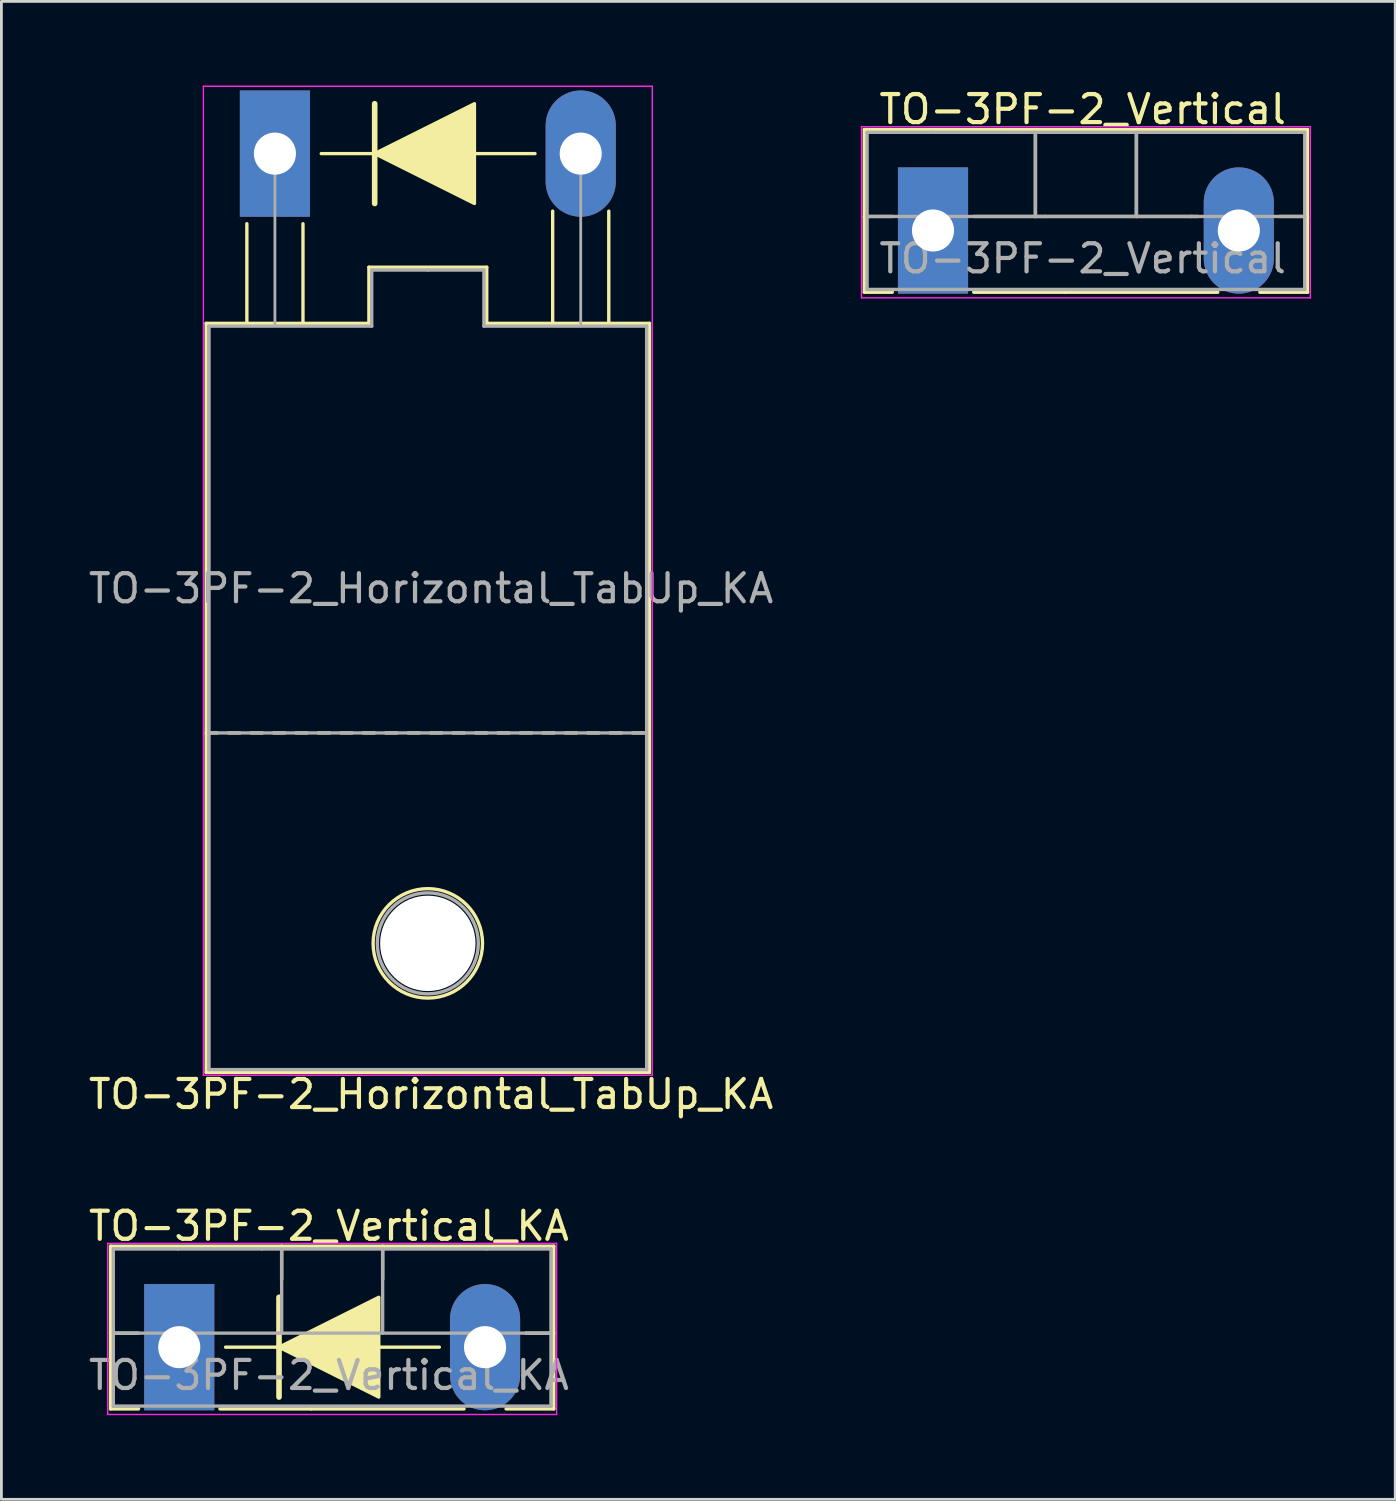
<source format=kicad_pcb>
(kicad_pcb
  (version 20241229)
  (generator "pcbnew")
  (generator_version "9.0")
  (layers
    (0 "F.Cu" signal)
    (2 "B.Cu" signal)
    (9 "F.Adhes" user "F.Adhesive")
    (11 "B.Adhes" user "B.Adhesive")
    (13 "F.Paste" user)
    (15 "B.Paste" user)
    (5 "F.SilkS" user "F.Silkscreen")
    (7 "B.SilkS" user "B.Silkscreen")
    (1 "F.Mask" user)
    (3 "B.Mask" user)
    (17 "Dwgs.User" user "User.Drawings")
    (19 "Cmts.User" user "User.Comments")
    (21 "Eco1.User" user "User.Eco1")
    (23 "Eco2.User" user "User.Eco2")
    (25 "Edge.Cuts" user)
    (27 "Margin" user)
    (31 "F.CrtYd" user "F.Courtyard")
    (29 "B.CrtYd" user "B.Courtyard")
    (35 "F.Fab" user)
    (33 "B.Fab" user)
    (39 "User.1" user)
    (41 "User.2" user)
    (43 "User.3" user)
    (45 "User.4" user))
  (footprint "TO-3PF-2_Vertical_KA"
    (layer "F.Cu")
    (at 3.339 44.968)
    (property "Reference" "TO-3PF-2_Vertical_KA" (at 5.334 -4.318 0) (layer "F.SilkS") (effects (font (size 1 1) (thickness 0.15))))
    (attr through_hole)
    (fp_line (start -2.45 -3.6) (end -2.45 2.2) (stroke (width 0.12) (type solid)) (layer "F.SilkS"))
    (fp_line (start -2.45 2.2) (end -1.45 2.2) (stroke (width 0.12) (type solid)) (layer "F.SilkS"))
    (fp_line (start -1.45 -0.5) (end -2.45 -0.5) (stroke (width 0.12) (type solid)) (layer "F.SilkS"))
    (fp_line (start 1.45 2.2) (end 4.7 2.2) (stroke (width 0.12) (type solid)) (layer "F.SilkS"))
    (fp_line (start 1.651 0) (end 9.271 0) (stroke (width 0.12) (type default)) (layer "F.SilkS"))
    (fp_line (start 3.556 -1.778) (end 3.556 0) (stroke (width 0.2) (type default)) (layer "F.SilkS"))
    (fp_line (start 3.556 1.778) (end 3.556 0) (stroke (width 0.2) (type default)) (layer "F.SilkS"))
    (fp_line (start 3.65 -3.6) (end 3.65 -2.413) (stroke (width 0.12) (type solid)) (layer "F.SilkS"))
    (fp_line (start 4.7 2.2) (end 10.15 2.2) (stroke (width 0.12) (type solid)) (layer "F.SilkS"))
    (fp_line (start 7.25 -2.413) (end 7.25 -3.6) (stroke (width 0.12) (type solid)) (layer "F.SilkS"))
    (fp_line (start 11.65 2.2) (end 13.35 2.2) (stroke (width 0.12) (type solid)) (layer "F.SilkS"))
    (fp_line (start 13.35 -3.6) (end -2.45 -3.6) (stroke (width 0.12) (type solid)) (layer "F.SilkS"))
    (fp_line (start 13.35 -0.5) (end 12.35 -0.5) (stroke (width 0.12) (type solid)) (layer "F.SilkS"))
    (fp_line (start 13.35 2.2) (end 13.35 -3.6) (stroke (width 0.12) (type solid)) (layer "F.SilkS"))
    (fp_poly (pts (xy 3.556 0) (xy 7.112 -1.778) (xy 7.112 1.778)) (stroke (width 0.12) (type solid)) (fill yes) (layer "F.SilkS"))
    (fp_line (start -2.55 -3.7) (end -2.55 2.4) (stroke (width 0.05) (type solid)) (layer "F.CrtYd"))
    (fp_line (start -2.55 2.4) (end 13.45 2.4) (stroke (width 0.05) (type solid)) (layer "F.CrtYd"))
    (fp_line (start 13.45 -3.7) (end -2.55 -3.7) (stroke (width 0.05) (type solid)) (layer "F.CrtYd"))
    (fp_line (start 13.45 2.4) (end 13.45 -3.7) (stroke (width 0.05) (type solid)) (layer "F.CrtYd"))
    (fp_line (start -2.35 -3.5) (end -2.35 2.1) (stroke (width 0.12) (type solid)) (layer "F.Fab"))
    (fp_line (start -2.35 2.1) (end 13.25 2.1) (stroke (width 0.12) (type solid)) (layer "F.Fab"))
    (fp_line (start -0.05 -3.5) (end -2.35 -3.5) (stroke (width 0.12) (type solid)) (layer "F.Fab"))
    (fp_line (start 2.95 -3.5) (end -0.05 -3.5) (stroke (width 0.12) (type solid)) (layer "F.Fab"))
    (fp_line (start 3.65 -3.5) (end 3.65 -0.5) (stroke (width 0.12) (type solid)) (layer "F.Fab"))
    (fp_line (start 7.25 -3.5) (end 7.25 -0.5) (stroke (width 0.12) (type solid)) (layer "F.Fab"))
    (fp_line (start 10.85 -0.5) (end -2.35 -0.5) (stroke (width 0.12) (type solid)) (layer "F.Fab"))
    (fp_line (start 10.85 -0.5) (end 13.25 -0.5) (stroke (width 0.12) (type solid)) (layer "F.Fab"))
    (fp_line (start 10.95 -3.5) (end 2.95 -3.5) (stroke (width 0.12) (type solid)) (layer "F.Fab"))
    (fp_line (start 13.25 -3.5) (end 10.95 -3.5) (stroke (width 0.12) (type solid)) (layer "F.Fab"))
    (fp_line (start 13.25 2.1) (end 13.25 -3.5) (stroke (width 0.12) (type solid)) (layer "F.Fab"))
    (fp_text user "${REFERENCE}" (at 5.334 1 0) (layer "F.Fab") (effects (font (size 1 1) (thickness 0.15))))
    (pad "1" thru_hole rect (at 0 0) (size 2.5 4.5) (drill 1.5) (layers "*.Cu" "*.Mask"))
    (pad "2" thru_hole oval (at 10.9 0) (size 2.5 4.5) (drill 1.5) (layers "*.Cu" "*.Mask")))
  (footprint "TO-3PF-2_Horizontal_TabUp_KA"
    (layer "F.Cu")
    (at 6.749 2.425)
    (property "Reference" "TO-3PF-2_Horizontal_TabUp_KA" (at 5.566 33.528 180) (layer "F.SilkS") (effects (font (size 1 1) (thickness 0.15))))
    (attr through_hole)
    (fp_line (start -2.45 6.05) (end 3.35 6.05) (stroke (width 0.12) (type solid)) (layer "F.SilkS"))
    (fp_line (start -2.45 20.65) (end -2.05 20.65) (stroke (width 0.12) (type solid)) (layer "F.SilkS"))
    (fp_line (start -2.45 32.75) (end -2.45 6.05) (stroke (width 0.12) (type solid)) (layer "F.SilkS"))
    (fp_line (start -1.65 20.65) (end -1.25 20.65) (stroke (width 0.12) (type solid)) (layer "F.SilkS"))
    (fp_line (start -1 6) (end -1 2.5) (stroke (width 0.12) (type solid)) (layer "F.SilkS"))
    (fp_line (start -0.85 20.65) (end -0.45 20.65) (stroke (width 0.12) (type solid)) (layer "F.SilkS"))
    (fp_line (start -0.05 20.65) (end 0.35 20.65) (stroke (width 0.12) (type solid)) (layer "F.SilkS"))
    (fp_line (start 0.75 20.65) (end 1.15 20.65) (stroke (width 0.12) (type solid)) (layer "F.SilkS"))
    (fp_line (start 1 6) (end 1 2.5) (stroke (width 0.12) (type solid)) (layer "F.SilkS"))
    (fp_line (start 1.55 20.65) (end 1.95 20.65) (stroke (width 0.12) (type solid)) (layer "F.SilkS"))
    (fp_line (start 1.651 0) (end 9.271 0) (stroke (width 0.12) (type default)) (layer "F.SilkS"))
    (fp_line (start 2.35 20.65) (end 2.75 20.65) (stroke (width 0.12) (type solid)) (layer "F.SilkS"))
    (fp_line (start 3.15 20.65) (end 3.55 20.65) (stroke (width 0.12) (type solid)) (layer "F.SilkS"))
    (fp_line (start 3.35 4.05) (end 7.55 4.05) (stroke (width 0.12) (type solid)) (layer "F.SilkS"))
    (fp_line (start 3.35 6.05) (end 3.35 4.05) (stroke (width 0.12) (type solid)) (layer "F.SilkS"))
    (fp_line (start 3.556 -1.778) (end 3.556 0) (stroke (width 0.2) (type default)) (layer "F.SilkS"))
    (fp_line (start 3.556 1.778) (end 3.556 0) (stroke (width 0.2) (type default)) (layer "F.SilkS"))
    (fp_line (start 3.95 20.65) (end 4.35 20.65) (stroke (width 0.12) (type solid)) (layer "F.SilkS"))
    (fp_line (start 4.75 20.65) (end 5.15 20.65) (stroke (width 0.12) (type solid)) (layer "F.SilkS"))
    (fp_line (start 5.55 20.65) (end 5.95 20.65) (stroke (width 0.12) (type solid)) (layer "F.SilkS"))
    (fp_line (start 6.35 20.65) (end 6.75 20.65) (stroke (width 0.12) (type solid)) (layer "F.SilkS"))
    (fp_line (start 7.15 20.65) (end 7.55 20.65) (stroke (width 0.12) (type solid)) (layer "F.SilkS"))
    (fp_line (start 7.55 4.05) (end 7.55 6.05) (stroke (width 0.12) (type solid)) (layer "F.SilkS"))
    (fp_line (start 7.55 6.05) (end 13.35 6.05) (stroke (width 0.12) (type solid)) (layer "F.SilkS"))
    (fp_line (start 7.95 20.65) (end 8.35 20.65) (stroke (width 0.12) (type solid)) (layer "F.SilkS"))
    (fp_line (start 8.75 20.65) (end 9.15 20.65) (stroke (width 0.12) (type solid)) (layer "F.SilkS"))
    (fp_line (start 9.55 20.65) (end 9.95 20.65) (stroke (width 0.12) (type solid)) (layer "F.SilkS"))
    (fp_line (start 9.9 6) (end 9.9 2.05) (stroke (width 0.12) (type solid)) (layer "F.SilkS"))
    (fp_line (start 10.35 20.65) (end 10.75 20.65) (stroke (width 0.12) (type solid)) (layer "F.SilkS"))
    (fp_line (start 11.15 20.65) (end 11.55 20.65) (stroke (width 0.12) (type solid)) (layer "F.SilkS"))
    (fp_line (start 11.9 6) (end 11.9 2.05) (stroke (width 0.12) (type solid)) (layer "F.SilkS"))
    (fp_line (start 11.95 20.65) (end 12.35 20.65) (stroke (width 0.12) (type solid)) (layer "F.SilkS"))
    (fp_line (start 12.75 20.65) (end 13.15 20.65) (stroke (width 0.12) (type solid)) (layer "F.SilkS"))
    (fp_line (start 13.35 6.05) (end 13.35 32.75) (stroke (width 0.12) (type solid)) (layer "F.SilkS"))
    (fp_line (start 13.35 32.75) (end -2.45 32.75) (stroke (width 0.12) (type solid)) (layer "F.SilkS"))
    (fp_circle (center 5.45 28.15) (end 3.5 28.15) (stroke (width 0.12) (type solid)) (fill no) (layer "F.SilkS"))
    (fp_poly (pts (xy 3.556 0) (xy 7.112 -1.778) (xy 7.112 1.778)) (stroke (width 0.12) (type solid)) (fill yes) (layer "F.SilkS"))
    (fp_line (start -2.55 -2.4) (end -2.55 32.85) (stroke (width 0.05) (type solid)) (layer "F.CrtYd"))
    (fp_line (start -2.55 32.85) (end 13.45 32.85) (stroke (width 0.05) (type solid)) (layer "F.CrtYd"))
    (fp_line (start 13.45 -2.4) (end -2.55 -2.4) (stroke (width 0.05) (type solid)) (layer "F.CrtYd"))
    (fp_line (start 13.45 32.85) (end 13.45 -2.4) (stroke (width 0.05) (type solid)) (layer "F.CrtYd"))
    (fp_line (start -2.35 6.15) (end 3.45 6.15) (stroke (width 0.12) (type solid)) (layer "F.Fab"))
    (fp_line (start -2.35 32.65) (end -2.35 6.15) (stroke (width 0.12) (type solid)) (layer "F.Fab"))
    (fp_line (start 0 6.1) (end 0 0) (stroke (width 0.1) (type solid)) (layer "F.Fab"))
    (fp_line (start 3.45 4.15) (end 3.45 6.15) (stroke (width 0.12) (type solid)) (layer "F.Fab"))
    (fp_line (start 5.45 4.15) (end 3.45 4.15) (stroke (width 0.12) (type solid)) (layer "F.Fab"))
    (fp_line (start 5.45 4.15) (end 7.45 4.15) (stroke (width 0.12) (type solid)) (layer "F.Fab"))
    (fp_line (start 7.45 4.15) (end 7.45 6.15) (stroke (width 0.12) (type solid)) (layer "F.Fab"))
    (fp_line (start 7.45 6.15) (end 13.25 6.15) (stroke (width 0.12) (type solid)) (layer "F.Fab"))
    (fp_line (start 10.9 0) (end 10.9 6.15) (stroke (width 0.1) (type solid)) (layer "F.Fab"))
    (fp_line (start 13.25 6.15) (end 13.25 32.65) (stroke (width 0.12) (type solid)) (layer "F.Fab"))
    (fp_line (start 13.25 20.65) (end -2.35 20.65) (stroke (width 0.12) (type solid)) (layer "F.Fab"))
    (fp_line (start 13.25 32.65) (end -2.35 32.65) (stroke (width 0.12) (type solid)) (layer "F.Fab"))
    (fp_circle (center 5.45 28.15) (end 3.65 28.15) (stroke (width 0.12) (type solid)) (fill no) (layer "F.Fab"))
    (fp_text user "${REFERENCE}" (at 5.566 15.5 180) (layer "F.Fab") (effects (font (size 1 1) (thickness 0.15))))
    (pad "" np_thru_hole circle (at 5.45 28.15) (size 3.4 3.4) (drill 3.4) (layers "*.Cu" "*.Mask"))
    (pad "1" thru_hole rect (at 0 0) (size 2.5 4.5) (drill 1.5) (layers "*.Cu" "*.Mask"))
    (pad "2" thru_hole oval (at 10.9 0) (size 2.5 4.5) (drill 1.5) (layers "*.Cu" "*.Mask")))
  (footprint "TO-3PF-2_Vertical"
    (layer "F.Cu")
    (at 30.206 5.166)
    (property "Reference" "TO-3PF-2_Vertical" (at 5.334 -4.318 0) (layer "F.SilkS") (effects (font (size 1 1) (thickness 0.15))))
    (attr through_hole)
    (fp_line (start -2.45 -3.6) (end -2.45 2.2) (stroke (width 0.12) (type solid)) (layer "F.SilkS"))
    (fp_line (start -2.45 2.2) (end -1.45 2.2) (stroke (width 0.12) (type solid)) (layer "F.SilkS"))
    (fp_line (start -1.45 -0.5) (end -2.45 -0.5) (stroke (width 0.12) (type solid)) (layer "F.SilkS"))
    (fp_line (start 1.45 2.2) (end 4.7 2.2) (stroke (width 0.12) (type solid)) (layer "F.SilkS"))
    (fp_line (start 3.65 -3.6) (end 3.65 -0.5) (stroke (width 0.12) (type solid)) (layer "F.SilkS"))
    (fp_line (start 3.65 -0.5) (end 1.45 -0.5) (stroke (width 0.12) (type solid)) (layer "F.SilkS"))
    (fp_line (start 3.65 -0.5) (end 4 -0.5) (stroke (width 0.12) (type solid)) (layer "F.SilkS"))
    (fp_line (start 4.7 2.2) (end 10.15 2.2) (stroke (width 0.12) (type solid)) (layer "F.SilkS"))
    (fp_line (start 7.25 -0.5) (end 7.25 -3.6) (stroke (width 0.12) (type solid)) (layer "F.SilkS"))
    (fp_line (start 9.2 -0.5) (end 4 -0.5) (stroke (width 0.12) (type solid)) (layer "F.SilkS"))
    (fp_line (start 9.45 -0.5) (end 9.2 -0.5) (stroke (width 0.12) (type solid)) (layer "F.SilkS"))
    (fp_line (start 11.65 2.2) (end 13.35 2.2) (stroke (width 0.12) (type solid)) (layer "F.SilkS"))
    (fp_line (start 13.35 -3.6) (end -2.45 -3.6) (stroke (width 0.12) (type solid)) (layer "F.SilkS"))
    (fp_line (start 13.35 -0.5) (end 12.35 -0.5) (stroke (width 0.12) (type solid)) (layer "F.SilkS"))
    (fp_line (start 13.35 2.2) (end 13.35 -3.6) (stroke (width 0.12) (type solid)) (layer "F.SilkS"))
    (fp_line (start -2.55 -3.7) (end -2.55 2.4) (stroke (width 0.05) (type solid)) (layer "F.CrtYd"))
    (fp_line (start -2.55 2.4) (end 13.45 2.4) (stroke (width 0.05) (type solid)) (layer "F.CrtYd"))
    (fp_line (start 13.45 -3.7) (end -2.55 -3.7) (stroke (width 0.05) (type solid)) (layer "F.CrtYd"))
    (fp_line (start 13.45 2.4) (end 13.45 -3.7) (stroke (width 0.05) (type solid)) (layer "F.CrtYd"))
    (fp_line (start -2.35 -3.5) (end -2.35 2.1) (stroke (width 0.12) (type solid)) (layer "F.Fab"))
    (fp_line (start -2.35 2.1) (end 13.25 2.1) (stroke (width 0.12) (type solid)) (layer "F.Fab"))
    (fp_line (start -0.05 -3.5) (end -2.35 -3.5) (stroke (width 0.12) (type solid)) (layer "F.Fab"))
    (fp_line (start 2.95 -3.5) (end -0.05 -3.5) (stroke (width 0.12) (type solid)) (layer "F.Fab"))
    (fp_line (start 3.65 -3.5) (end 3.65 -0.5) (stroke (width 0.12) (type solid)) (layer "F.Fab"))
    (fp_line (start 7.25 -3.5) (end 7.25 -0.5) (stroke (width 0.12) (type solid)) (layer "F.Fab"))
    (fp_line (start 10.85 -0.5) (end -2.35 -0.5) (stroke (width 0.12) (type solid)) (layer "F.Fab"))
    (fp_line (start 10.85 -0.5) (end 13.25 -0.5) (stroke (width 0.12) (type solid)) (layer "F.Fab"))
    (fp_line (start 10.95 -3.5) (end 2.95 -3.5) (stroke (width 0.12) (type solid)) (layer "F.Fab"))
    (fp_line (start 13.25 -3.5) (end 10.95 -3.5) (stroke (width 0.12) (type solid)) (layer "F.Fab"))
    (fp_line (start 13.25 2.1) (end 13.25 -3.5) (stroke (width 0.12) (type solid)) (layer "F.Fab"))
    (fp_text user "${REFERENCE}" (at 5.334 1 0) (layer "F.Fab") (effects (font (size 1 1) (thickness 0.15))))
    (pad "1" thru_hole rect (at 0 0) (size 2.5 4.5) (drill 1.5) (layers "*.Cu" "*.Mask"))
    (pad "2" thru_hole oval (at 10.9 0) (size 2.5 4.5) (drill 1.5) (layers "*.Cu" "*.Mask")))
  (gr_rect
    (start -3 -3)
    (end 46.681 50.392)
    (stroke (width 0.1) (type default))
    (fill no)
    (layer "Edge.Cuts")))
</source>
